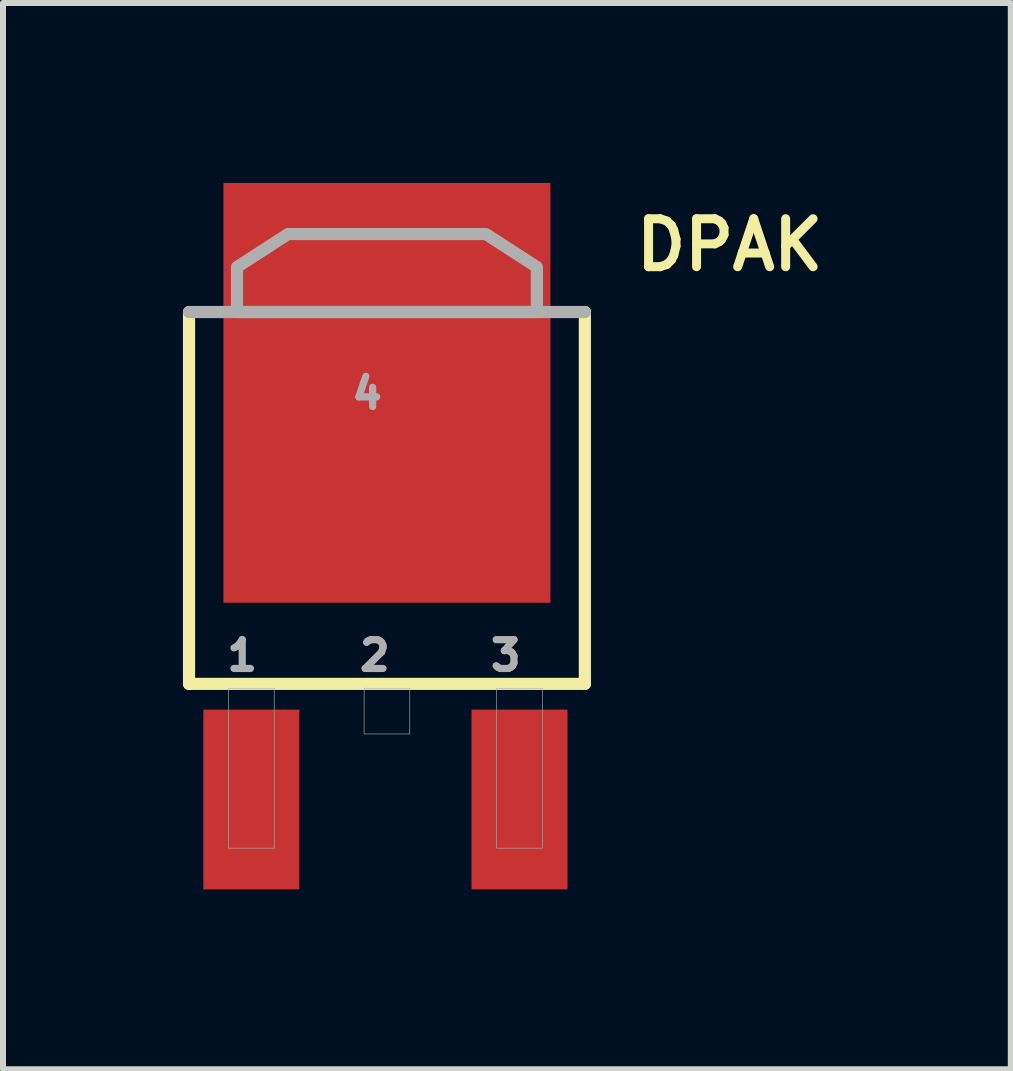
<source format=kicad_pcb>
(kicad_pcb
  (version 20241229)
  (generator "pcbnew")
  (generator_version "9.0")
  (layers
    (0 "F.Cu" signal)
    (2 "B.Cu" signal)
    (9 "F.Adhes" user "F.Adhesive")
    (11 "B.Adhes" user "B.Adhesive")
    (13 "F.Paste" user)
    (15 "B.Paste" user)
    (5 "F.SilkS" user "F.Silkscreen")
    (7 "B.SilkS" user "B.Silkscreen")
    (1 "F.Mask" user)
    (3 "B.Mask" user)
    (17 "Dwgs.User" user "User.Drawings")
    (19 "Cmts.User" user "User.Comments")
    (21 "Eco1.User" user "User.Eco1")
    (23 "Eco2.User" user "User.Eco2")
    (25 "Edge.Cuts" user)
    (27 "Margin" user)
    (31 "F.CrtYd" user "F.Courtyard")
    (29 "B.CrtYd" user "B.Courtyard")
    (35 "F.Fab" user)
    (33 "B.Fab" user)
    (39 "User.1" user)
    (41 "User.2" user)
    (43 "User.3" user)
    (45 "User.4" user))
  (footprint "DPAK"
    (layer "F.Cu")
    (at 3.402 5.353)
    (property "Reference" "DPAK" (at 5.715 -4.318 0) (layer "F.SilkS") (effects (font (size 0.8 0.8) (thickness 0.15))))
    (attr smd)
    (fp_line (start -3.3 -3.2) (end -3.3 3) (stroke (width 0.203) (type solid)) (layer "F.SilkS"))
    (fp_line (start 3.3 3) (end -3.3 3) (stroke (width 0.203) (type solid)) (layer "F.SilkS"))
    (fp_line (start 3.3 3) (end 3.3 -3.2) (stroke (width 0.203) (type solid)) (layer "F.SilkS"))
    (fp_line (start 3.3 -3.2) (end -3.3 -3.2) (stroke (width 0.203) (type solid)) (layer "F.Fab"))
    (fp_poly (pts (xy -2.642 3.073) (xy -1.88 3.073) (xy -1.88 5.74) (xy -2.642 5.74)) (stroke (width 0.01) (type solid)) (fill no) (layer "F.Fab"))
    (fp_poly (pts (xy -0.381 3.073) (xy 0.381 3.073) (xy 0.381 3.835) (xy -0.381 3.835)) (stroke (width 0.01) (type solid)) (fill no) (layer "F.Fab"))
    (fp_poly (pts (xy 1.829 3.073) (xy 2.591 3.073) (xy 2.591 5.74) (xy 1.829 5.74)) (stroke (width 0.01) (type solid)) (fill no) (layer "F.Fab"))
    (fp_poly (pts (xy -2.5 -3.2) (xy -2.5 -3.95) (xy -1.65 -4.5) (xy 1.65 -4.5) (xy 2.5 -3.95) (xy 2.5 -3.2)) (stroke (width 0.203) (type solid)) (fill no) (layer "F.Fab"))
    (fp_text user "2" (at -0.203 2.527 0) (layer "F.Fab") (effects (font (size 0.48 0.48) (thickness 0.15))))
    (fp_text user "4" (at -0.33 -1.841 0) (layer "F.Fab") (effects (font (size 0.48 0.48) (thickness 0.15))))
    (fp_text user "3" (at 1.981 2.527 0) (layer "F.Fab") (effects (font (size 0.48 0.48) (thickness 0.15))))
    (fp_text user "1" (at -2.413 2.527 0) (layer "F.Fab") (effects (font (size 0.48 0.48) (thickness 0.15))))
    (pad "1" smd rect (at -2.261 4.928) (size 1.6 2.997) (layers "F.Cu" "F.Mask" "F.Paste"))
    (pad "3" smd rect (at 2.21 4.928) (size 1.6 2.997) (layers "F.Cu" "F.Mask" "F.Paste"))
    (pad "4" smd rect (at 0 -1.853) (size 5.452 7) (layers "F.Cu" "F.Mask" "F.Paste")))
  (gr_rect
    (start -3 -3)
    (end 13.804 14.779)
    (stroke (width 0.1) (type default))
    (fill no)
    (layer "Edge.Cuts")))
</source>
